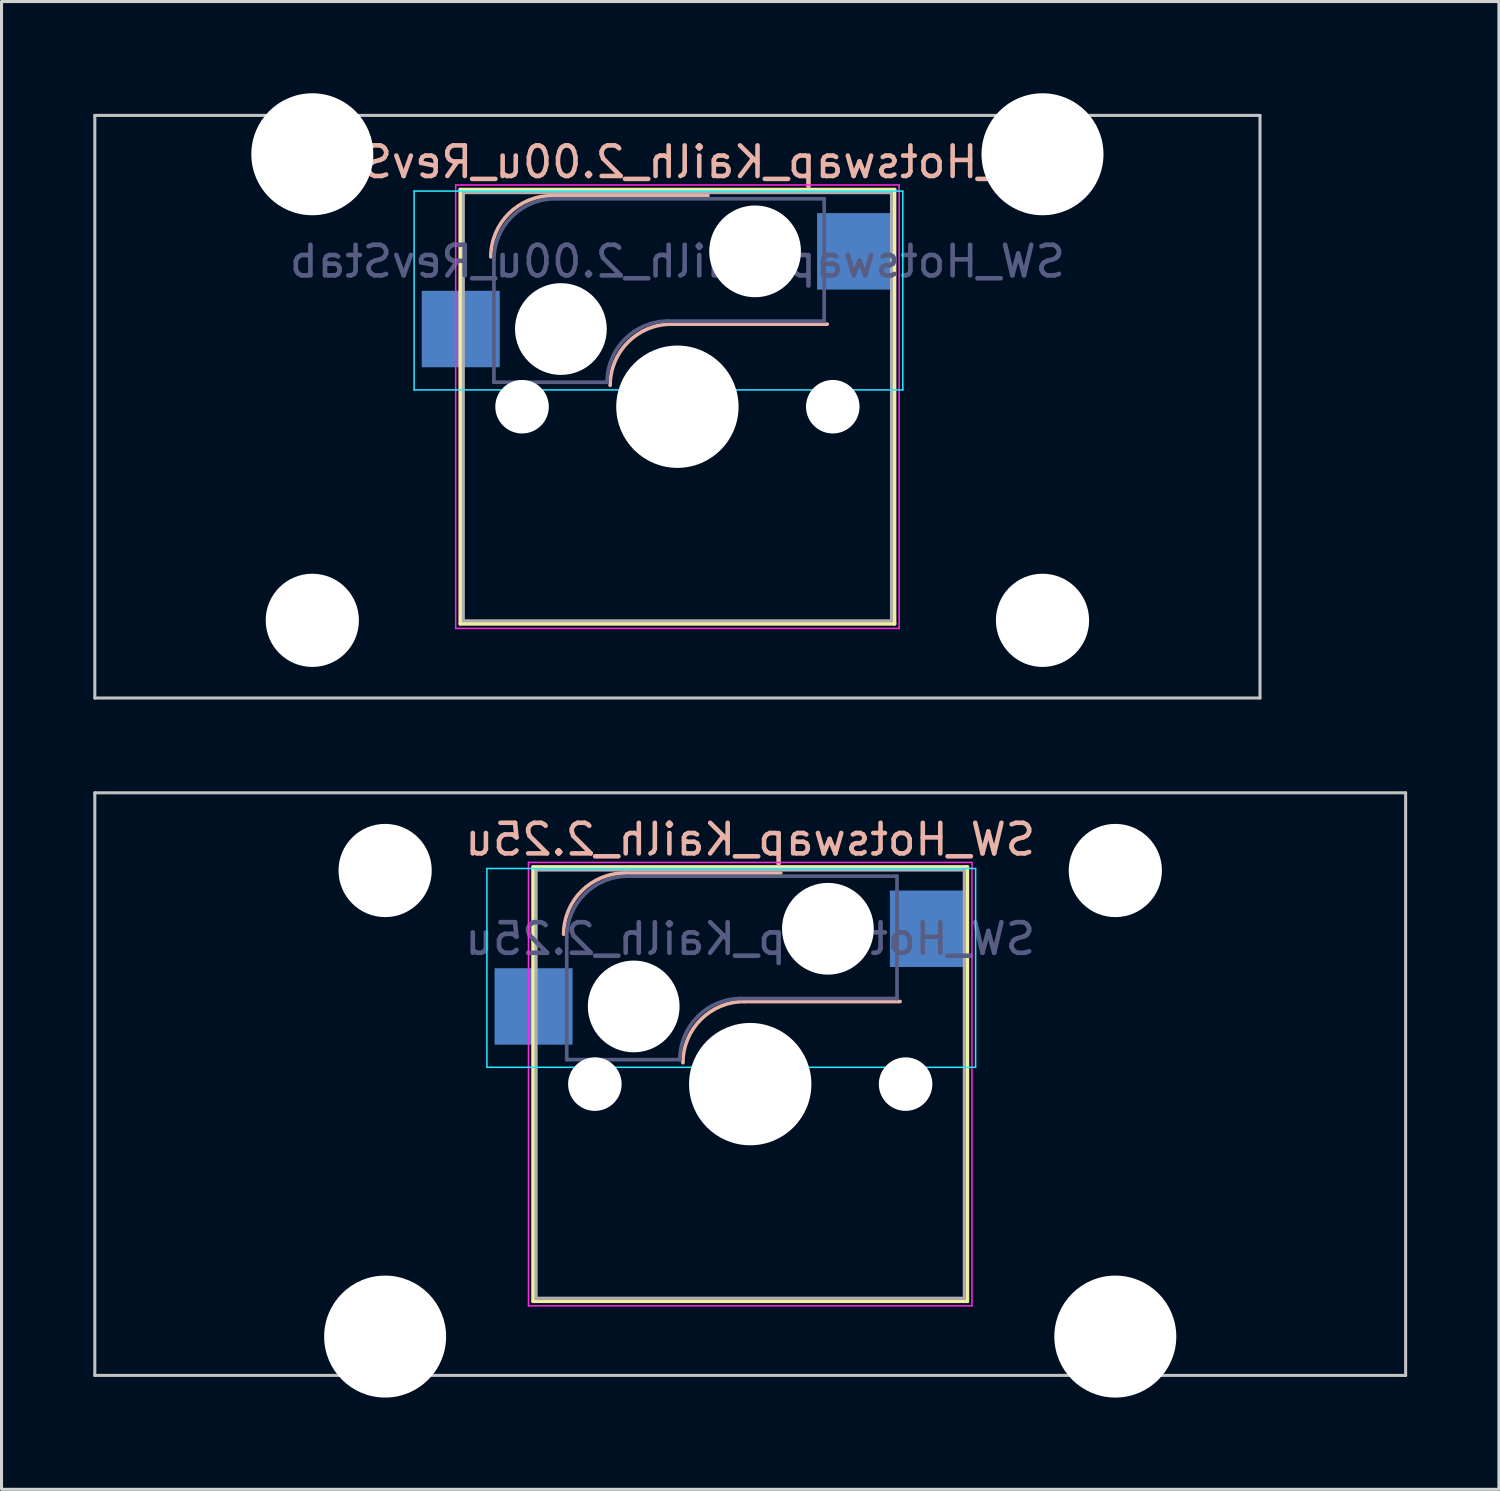
<source format=kicad_pcb>
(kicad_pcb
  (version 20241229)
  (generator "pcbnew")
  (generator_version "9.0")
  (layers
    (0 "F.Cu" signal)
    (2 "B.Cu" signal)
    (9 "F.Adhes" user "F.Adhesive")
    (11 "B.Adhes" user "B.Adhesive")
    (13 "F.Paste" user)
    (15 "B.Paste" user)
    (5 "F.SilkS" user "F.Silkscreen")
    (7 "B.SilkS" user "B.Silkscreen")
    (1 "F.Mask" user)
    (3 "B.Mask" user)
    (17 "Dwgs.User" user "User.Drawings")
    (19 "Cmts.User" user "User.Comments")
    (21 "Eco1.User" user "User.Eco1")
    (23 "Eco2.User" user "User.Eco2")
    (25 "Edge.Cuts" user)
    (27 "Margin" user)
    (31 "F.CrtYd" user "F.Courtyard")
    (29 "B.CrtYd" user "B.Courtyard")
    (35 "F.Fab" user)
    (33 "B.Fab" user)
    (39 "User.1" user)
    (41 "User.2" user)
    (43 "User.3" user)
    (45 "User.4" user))
  (footprint "SW_Hotswap_Kailh_2.00u_RevStab"
    (layer "F.Cu")
    (at 19.1 10.249)
    (property "Reference" "SW_Hotswap_Kailh_2.00u_RevStab" (at 0 -8 0) (layer "B.SilkS") (effects (font (size 1 1) (thickness 0.15)) (justify mirror)))
    (attr smd)
    (fp_line (start -7.1 -7.1) (end -7.1 7.1) (stroke (width 0.12) (type solid)) (layer "F.SilkS"))
    (fp_line (start -7.1 7.1) (end 7.1 7.1) (stroke (width 0.12) (type solid)) (layer "F.SilkS"))
    (fp_line (start 7.1 -7.1) (end -7.1 -7.1) (stroke (width 0.12) (type solid)) (layer "F.SilkS"))
    (fp_line (start 7.1 7.1) (end 7.1 -7.1) (stroke (width 0.12) (type solid)) (layer "F.SilkS"))
    (fp_line (start -4.1 -6.9) (end 1 -6.9) (stroke (width 0.12) (type solid)) (layer "B.SilkS"))
    (fp_line (start -0.2 -2.7) (end 4.9 -2.7) (stroke (width 0.12) (type solid)) (layer "B.SilkS"))
    (fp_arc (start -6.1 -4.9) (mid -5.514214 -6.314214) (end -4.1 -6.9) (stroke (width 0.12) (type solid)) (layer "B.SilkS"))
    (fp_arc (start -2.2 -0.7) (mid -1.614214 -2.114214) (end -0.2 -2.7) (stroke (width 0.12) (type solid)) (layer "B.SilkS"))
    (fp_line (start -19.05 -9.525) (end -19.05 9.525) (stroke (width 0.1) (type solid)) (layer "Dwgs.User"))
    (fp_line (start -19.05 9.525) (end 19.05 9.525) (stroke (width 0.1) (type solid)) (layer "Dwgs.User"))
    (fp_line (start 19.05 -9.525) (end -19.05 -9.525) (stroke (width 0.1) (type solid)) (layer "Dwgs.User"))
    (fp_line (start 19.05 9.525) (end 19.05 -9.525) (stroke (width 0.1) (type solid)) (layer "Dwgs.User"))
    (fp_line (start -8.61 -7.05) (end -8.61 -0.55) (stroke (width 0.05) (type solid)) (layer "B.CrtYd"))
    (fp_line (start -8.61 -0.55) (end 7.37 -0.55) (stroke (width 0.05) (type solid)) (layer "B.CrtYd"))
    (fp_line (start 7.37 -7.05) (end -8.61 -7.05) (stroke (width 0.05) (type solid)) (layer "B.CrtYd"))
    (fp_line (start 7.37 -0.55) (end 7.37 -7.05) (stroke (width 0.05) (type solid)) (layer "B.CrtYd"))
    (fp_line (start -7.25 -7.25) (end -7.25 7.25) (stroke (width 0.05) (type solid)) (layer "F.CrtYd"))
    (fp_line (start -7.25 7.25) (end 7.25 7.25) (stroke (width 0.05) (type solid)) (layer "F.CrtYd"))
    (fp_line (start 7.25 -7.25) (end -7.25 -7.25) (stroke (width 0.05) (type solid)) (layer "F.CrtYd"))
    (fp_line (start 7.25 7.25) (end 7.25 -7.25) (stroke (width 0.05) (type solid)) (layer "F.CrtYd"))
    (fp_line (start -6 -0.8) (end -6 -4.8) (stroke (width 0.12) (type solid)) (layer "B.Fab"))
    (fp_line (start -6 -0.8) (end -2.3 -0.8) (stroke (width 0.12) (type solid)) (layer "B.Fab"))
    (fp_line (start -4 -6.8) (end 4.8 -6.8) (stroke (width 0.12) (type solid)) (layer "B.Fab"))
    (fp_line (start -0.3 -2.8) (end 4.8 -2.8) (stroke (width 0.12) (type solid)) (layer "B.Fab"))
    (fp_line (start 4.8 -6.8) (end 4.8 -2.8) (stroke (width 0.12) (type solid)) (layer "B.Fab"))
    (fp_arc (start -6 -4.8) (mid -5.414214 -6.214214) (end -4 -6.8) (stroke (width 0.12) (type solid)) (layer "B.Fab"))
    (fp_arc (start -2.3 -0.8) (mid -1.714214 -2.214214) (end -0.3 -2.8) (stroke (width 0.12) (type solid)) (layer "B.Fab"))
    (fp_line (start -7 -7) (end -7 7) (stroke (width 0.1) (type solid)) (layer "F.Fab"))
    (fp_line (start -7 7) (end 7 7) (stroke (width 0.1) (type solid)) (layer "F.Fab"))
    (fp_line (start 7 -7) (end -7 -7) (stroke (width 0.1) (type solid)) (layer "F.Fab"))
    (fp_line (start 7 7) (end 7 -7) (stroke (width 0.1) (type solid)) (layer "F.Fab"))
    (fp_text user "${REFERENCE}" (at 0 -4.75 0) (layer "B.Fab") (effects (font (size 1 1) (thickness 0.15)) (justify mirror)))
    (pad "" np_thru_hole circle (at -11.938 -8.255) (size 3.988 3.988) (drill 3.988) (layers "*.Cu" "*.Mask"))
    (pad "" np_thru_hole circle (at -11.938 6.985) (size 3.048 3.048) (drill 3.048) (layers "*.Cu" "*.Mask"))
    (pad "" np_thru_hole circle (at -5.08 0) (size 1.75 1.75) (drill 1.75) (layers "*.Cu" "*.Mask"))
    (pad "" np_thru_hole circle (at -3.81 -2.54) (size 3 3) (drill 3) (layers "*.Cu" "*.Mask"))
    (pad "" np_thru_hole circle (at 0 0) (size 4 4) (drill 4) (layers "*.Cu" "*.Mask"))
    (pad "" np_thru_hole circle (at 2.54 -5.08) (size 3 3) (drill 3) (layers "*.Cu" "*.Mask"))
    (pad "" np_thru_hole circle (at 5.08 0) (size 1.75 1.75) (drill 1.75) (layers "*.Cu" "*.Mask"))
    (pad "" np_thru_hole circle (at 11.938 -8.255) (size 3.988 3.988) (drill 3.988) (layers "*.Cu" "*.Mask"))
    (pad "" np_thru_hole circle (at 11.938 6.985) (size 3.048 3.048) (drill 3.048) (layers "*.Cu" "*.Mask"))
    (pad "1" smd rect (at -7.085 -2.54) (size 2.55 2.5) (layers "B.Cu" "B.Mask" "B.Paste"))
    (pad "2" smd rect (at 5.842 -5.08) (size 2.55 2.5) (layers "B.Cu" "B.Mask" "B.Paste")))
  (footprint "SW_Hotswap_Kailh_2.25u"
    (layer "F.Cu")
    (at 21.481 32.399)
    (property "Reference" "SW_Hotswap_Kailh_2.25u" (at 0 -8 0) (layer "B.SilkS") (effects (font (size 1 1) (thickness 0.15)) (justify mirror)))
    (attr smd)
    (fp_line (start -7.1 -7.1) (end -7.1 7.1) (stroke (width 0.12) (type solid)) (layer "F.SilkS"))
    (fp_line (start -7.1 7.1) (end 7.1 7.1) (stroke (width 0.12) (type solid)) (layer "F.SilkS"))
    (fp_line (start 7.1 -7.1) (end -7.1 -7.1) (stroke (width 0.12) (type solid)) (layer "F.SilkS"))
    (fp_line (start 7.1 7.1) (end 7.1 -7.1) (stroke (width 0.12) (type solid)) (layer "F.SilkS"))
    (fp_line (start -4.1 -6.9) (end 1 -6.9) (stroke (width 0.12) (type solid)) (layer "B.SilkS"))
    (fp_line (start -0.2 -2.7) (end 4.9 -2.7) (stroke (width 0.12) (type solid)) (layer "B.SilkS"))
    (fp_arc (start -6.1 -4.9) (mid -5.514214 -6.314214) (end -4.1 -6.9) (stroke (width 0.12) (type solid)) (layer "B.SilkS"))
    (fp_arc (start -2.2 -0.7) (mid -1.614214 -2.114214) (end -0.2 -2.7) (stroke (width 0.12) (type solid)) (layer "B.SilkS"))
    (fp_line (start -21.431 -9.525) (end -21.431 9.525) (stroke (width 0.1) (type solid)) (layer "Dwgs.User"))
    (fp_line (start -21.431 9.525) (end 21.431 9.525) (stroke (width 0.1) (type solid)) (layer "Dwgs.User"))
    (fp_line (start 21.431 -9.525) (end -21.431 -9.525) (stroke (width 0.1) (type solid)) (layer "Dwgs.User"))
    (fp_line (start 21.431 9.525) (end 21.431 -9.525) (stroke (width 0.1) (type solid)) (layer "Dwgs.User"))
    (fp_line (start -8.61 -7.05) (end -8.61 -0.55) (stroke (width 0.05) (type solid)) (layer "B.CrtYd"))
    (fp_line (start -8.61 -0.55) (end 7.37 -0.55) (stroke (width 0.05) (type solid)) (layer "B.CrtYd"))
    (fp_line (start 7.37 -7.05) (end -8.61 -7.05) (stroke (width 0.05) (type solid)) (layer "B.CrtYd"))
    (fp_line (start 7.37 -0.55) (end 7.37 -7.05) (stroke (width 0.05) (type solid)) (layer "B.CrtYd"))
    (fp_line (start -7.25 -7.25) (end -7.25 7.25) (stroke (width 0.05) (type solid)) (layer "F.CrtYd"))
    (fp_line (start -7.25 7.25) (end 7.25 7.25) (stroke (width 0.05) (type solid)) (layer "F.CrtYd"))
    (fp_line (start 7.25 -7.25) (end -7.25 -7.25) (stroke (width 0.05) (type solid)) (layer "F.CrtYd"))
    (fp_line (start 7.25 7.25) (end 7.25 -7.25) (stroke (width 0.05) (type solid)) (layer "F.CrtYd"))
    (fp_line (start -6 -0.8) (end -6 -4.8) (stroke (width 0.12) (type solid)) (layer "B.Fab"))
    (fp_line (start -6 -0.8) (end -2.3 -0.8) (stroke (width 0.12) (type solid)) (layer "B.Fab"))
    (fp_line (start -4 -6.8) (end 4.8 -6.8) (stroke (width 0.12) (type solid)) (layer "B.Fab"))
    (fp_line (start -0.3 -2.8) (end 4.8 -2.8) (stroke (width 0.12) (type solid)) (layer "B.Fab"))
    (fp_line (start 4.8 -6.8) (end 4.8 -2.8) (stroke (width 0.12) (type solid)) (layer "B.Fab"))
    (fp_arc (start -6 -4.8) (mid -5.414214 -6.214214) (end -4 -6.8) (stroke (width 0.12) (type solid)) (layer "B.Fab"))
    (fp_arc (start -2.3 -0.8) (mid -1.714214 -2.214214) (end -0.3 -2.8) (stroke (width 0.12) (type solid)) (layer "B.Fab"))
    (fp_line (start -7 -7) (end -7 7) (stroke (width 0.1) (type solid)) (layer "F.Fab"))
    (fp_line (start -7 7) (end 7 7) (stroke (width 0.1) (type solid)) (layer "F.Fab"))
    (fp_line (start 7 -7) (end -7 -7) (stroke (width 0.1) (type solid)) (layer "F.Fab"))
    (fp_line (start 7 7) (end 7 -7) (stroke (width 0.1) (type solid)) (layer "F.Fab"))
    (fp_text user "${REFERENCE}" (at 0 -4.75 0) (layer "B.Fab") (effects (font (size 1 1) (thickness 0.15)) (justify mirror)))
    (pad "" np_thru_hole circle (at -11.938 -6.985 180) (size 3.048 3.048) (drill 3.048) (layers "*.Cu" "*.Mask"))
    (pad "" np_thru_hole circle (at -11.938 8.255 180) (size 3.988 3.988) (drill 3.988) (layers "*.Cu" "*.Mask"))
    (pad "" np_thru_hole circle (at -5.08 0) (size 1.75 1.75) (drill 1.75) (layers "*.Cu" "*.Mask"))
    (pad "" np_thru_hole circle (at -3.81 -2.54) (size 3 3) (drill 3) (layers "*.Cu" "*.Mask"))
    (pad "" np_thru_hole circle (at 0 0) (size 4 4) (drill 4) (layers "*.Cu" "*.Mask"))
    (pad "" np_thru_hole circle (at 2.54 -5.08) (size 3 3) (drill 3) (layers "*.Cu" "*.Mask"))
    (pad "" np_thru_hole circle (at 5.08 0) (size 1.75 1.75) (drill 1.75) (layers "*.Cu" "*.Mask"))
    (pad "" np_thru_hole circle (at 11.938 -6.985 180) (size 3.048 3.048) (drill 3.048) (layers "*.Cu" "*.Mask"))
    (pad "" np_thru_hole circle (at 11.938 8.255 180) (size 3.988 3.988) (drill 3.988) (layers "*.Cu" "*.Mask"))
    (pad "1" smd rect (at -7.085 -2.54) (size 2.55 2.5) (layers "B.Cu" "B.Mask" "B.Paste"))
    (pad "2" smd rect (at 5.842 -5.08) (size 2.55 2.5) (layers "B.Cu" "B.Mask" "B.Paste")))
  (gr_rect
    (start -3 -3)
    (end 45.962 45.648)
    (stroke (width 0.1) (type default))
    (fill no)
    (layer "Edge.Cuts")))
</source>
